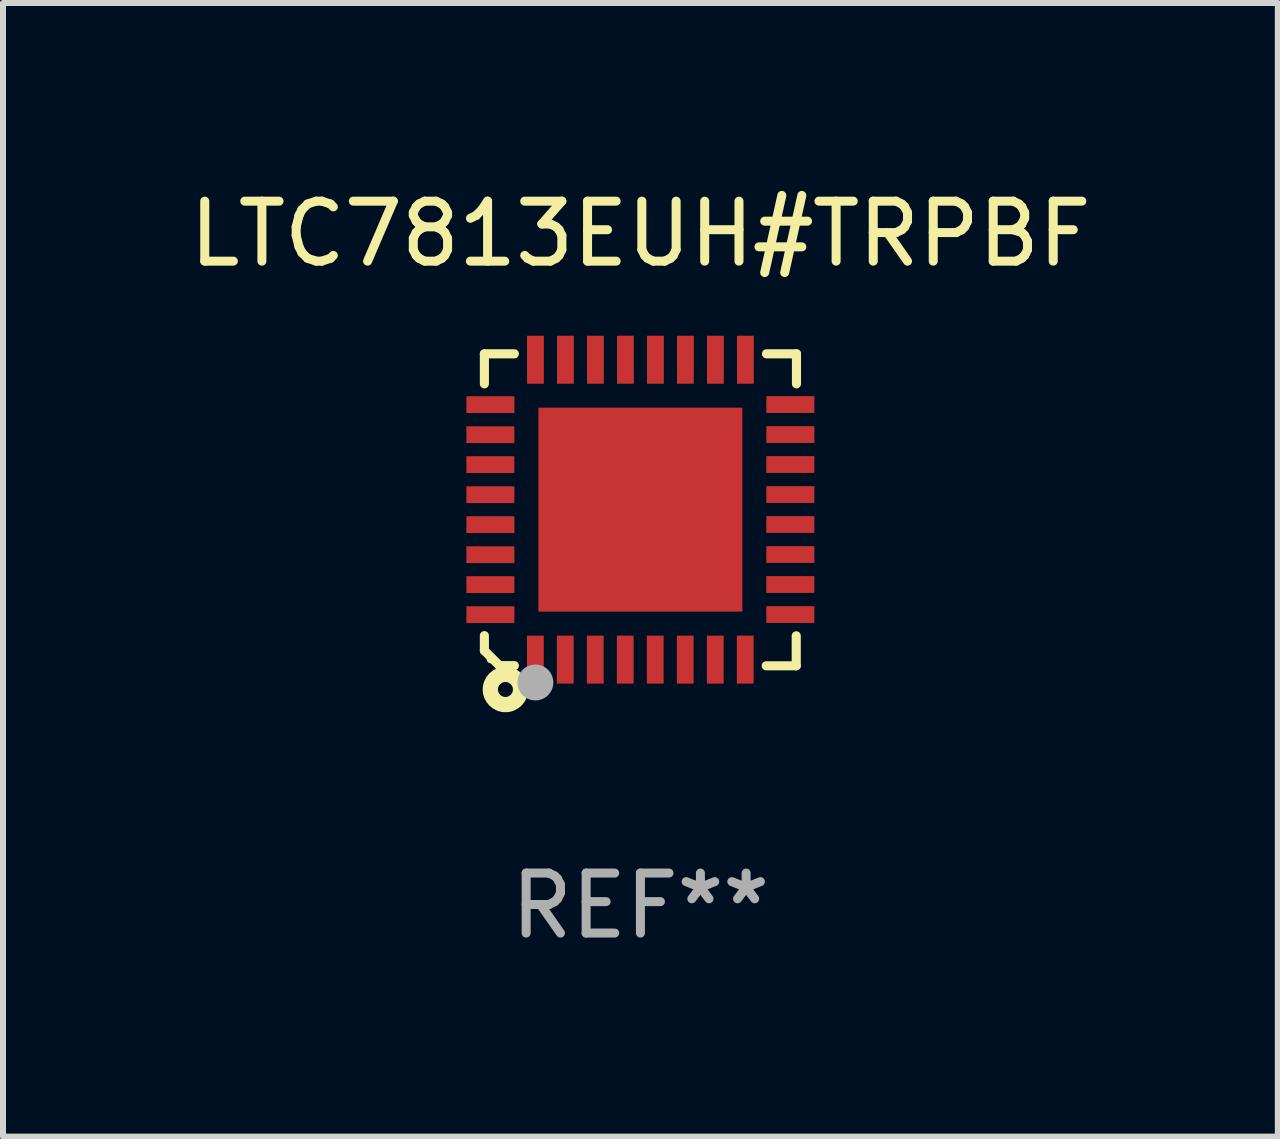
<source format=kicad_pcb>
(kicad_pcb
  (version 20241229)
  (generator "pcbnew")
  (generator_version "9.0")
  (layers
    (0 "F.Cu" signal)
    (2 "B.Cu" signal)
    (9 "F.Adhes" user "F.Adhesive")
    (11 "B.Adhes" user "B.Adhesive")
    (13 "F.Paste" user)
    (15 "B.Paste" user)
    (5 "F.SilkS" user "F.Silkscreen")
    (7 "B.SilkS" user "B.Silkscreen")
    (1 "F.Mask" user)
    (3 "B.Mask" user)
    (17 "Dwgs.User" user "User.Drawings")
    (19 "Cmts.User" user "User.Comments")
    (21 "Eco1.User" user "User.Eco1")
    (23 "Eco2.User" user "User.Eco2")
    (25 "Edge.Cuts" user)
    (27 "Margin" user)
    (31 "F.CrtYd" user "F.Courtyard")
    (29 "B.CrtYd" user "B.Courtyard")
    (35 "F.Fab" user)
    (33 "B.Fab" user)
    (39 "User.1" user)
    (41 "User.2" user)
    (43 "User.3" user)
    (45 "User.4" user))
  (footprint "LTC7813EUH#TRPBF"
    (layer "F.Cu")
    (at 7.625 5.448)
    (property "Reference" "LTC7813EUH#TRPBF" (at 0 -4.6 0) (layer "F.SilkS") (effects (font (size 1 1) (thickness 0.15))))
    (attr through_hole)
    (fp_line (start -2.601 2.097) (end -2.601 2.347) (stroke (width 0.152) (type solid)) (layer "F.SilkS"))
    (fp_line (start -2.601 2.347) (end -2.351 2.597) (stroke (width 0.152) (type solid)) (layer "F.SilkS"))
    (fp_line (start -2.601 -2.6) (end -2.601 -2.1) (stroke (width 0.152) (type solid)) (layer "F.SilkS"))
    (fp_line (start -2.601 -2.6) (end -2.101 -2.6) (stroke (width 0.152) (type solid)) (layer "F.SilkS"))
    (fp_line (start -2.351 2.597) (end -2.101 2.597) (stroke (width 0.152) (type solid)) (layer "F.SilkS"))
    (fp_line (start 2.597 2.6) (end 2.097 2.6) (stroke (width 0.152) (type solid)) (layer "F.SilkS"))
    (fp_line (start 2.597 2.6) (end 2.597 2.1) (stroke (width 0.152) (type solid)) (layer "F.SilkS"))
    (fp_line (start 2.601 -2.6) (end 2.101 -2.6) (stroke (width 0.152) (type solid)) (layer "F.SilkS"))
    (fp_line (start 2.601 -2.6) (end 2.601 -2.1) (stroke (width 0.152) (type solid)) (layer "F.SilkS"))
    (fp_circle (center -2.501 2.497) (end -2.471 2.497) (stroke (width 0.06) (type solid)) (fill no) (layer "F.SilkS"))
    (fp_circle (center -2.25 2.995) (end -2.125 2.995) (stroke (width 0.254) (type solid)) (fill no) (layer "F.SilkS"))
    (fp_circle (center -1.751 2.878) (end -1.601 2.878) (stroke (width 0.3) (type solid)) (fill no) (layer "F.Fab"))
    (fp_text user "REF**" (at 0 6.6 0) (layer "F.Fab") (effects (font (size 1 1) (thickness 0.15))))
    (pad "1" smd rect (at -1.751 2.497) (size 0.28 0.8) (layers "F.Cu" "F.Mask" "F.Paste"))
    (pad "2" smd rect (at -1.253 2.497) (size 0.28 0.8) (layers "F.Cu" "F.Mask" "F.Paste"))
    (pad "3" smd rect (at -0.753 2.497) (size 0.28 0.8) (layers "F.Cu" "F.Mask" "F.Paste"))
    (pad "4" smd rect (at -0.253 2.497) (size 0.28 0.8) (layers "F.Cu" "F.Mask" "F.Paste"))
    (pad "5" smd rect (at 0.247 2.497) (size 0.28 0.8) (layers "F.Cu" "F.Mask" "F.Paste"))
    (pad "6" smd rect (at 0.747 2.497) (size 0.28 0.8) (layers "F.Cu" "F.Mask" "F.Paste"))
    (pad "7" smd rect (at 1.247 2.497) (size 0.28 0.8) (layers "F.Cu" "F.Mask" "F.Paste"))
    (pad "8" smd rect (at 1.747 2.497) (size 0.28 0.8) (layers "F.Cu" "F.Mask" "F.Paste"))
    (pad "9" smd rect (at 2.499 1.746) (size 0.8 0.28) (layers "F.Cu" "F.Mask" "F.Paste"))
    (pad "10" smd rect (at 2.499 1.245) (size 0.8 0.28) (layers "F.Cu" "F.Mask" "F.Paste"))
    (pad "11" smd rect (at 2.499 0.746) (size 0.8 0.28) (layers "F.Cu" "F.Mask" "F.Paste"))
    (pad "12" smd rect (at 2.499 0.245) (size 0.8 0.28) (layers "F.Cu" "F.Mask" "F.Paste"))
    (pad "13" smd rect (at 2.499 -0.254) (size 0.8 0.28) (layers "F.Cu" "F.Mask" "F.Paste"))
    (pad "14" smd rect (at 2.499 -0.755) (size 0.8 0.28) (layers "F.Cu" "F.Mask" "F.Paste"))
    (pad "15" smd rect (at 2.499 -1.254) (size 0.8 0.28) (layers "F.Cu" "F.Mask" "F.Paste"))
    (pad "16" smd rect (at 2.499 -1.755) (size 0.8 0.28) (layers "F.Cu" "F.Mask" "F.Paste"))
    (pad "17" smd rect (at 1.75 -2.502) (size 0.28 0.8) (layers "F.Cu" "F.Mask" "F.Paste"))
    (pad "18" smd rect (at 1.25 -2.502) (size 0.28 0.8) (layers "F.Cu" "F.Mask" "F.Paste"))
    (pad "19" smd rect (at 0.75 -2.502) (size 0.28 0.8) (layers "F.Cu" "F.Mask" "F.Paste"))
    (pad "20" smd rect (at 0.25 -2.502) (size 0.28 0.8) (layers "F.Cu" "F.Mask" "F.Paste"))
    (pad "21" smd rect (at -0.25 -2.502) (size 0.28 0.8) (layers "F.Cu" "F.Mask" "F.Paste"))
    (pad "22" smd rect (at -0.75 -2.502) (size 0.28 0.8) (layers "F.Cu" "F.Mask" "F.Paste"))
    (pad "23" smd rect (at -1.25 -2.502) (size 0.28 0.8) (layers "F.Cu" "F.Mask" "F.Paste"))
    (pad "24" smd rect (at -1.75 -2.502) (size 0.28 0.8) (layers "F.Cu" "F.Mask" "F.Paste"))
    (pad "25" smd rect (at -2.501 -1.753) (size 0.8 0.28) (layers "F.Cu" "F.Mask" "F.Paste"))
    (pad "26" smd rect (at -2.501 -1.252) (size 0.8 0.28) (layers "F.Cu" "F.Mask" "F.Paste"))
    (pad "27" smd rect (at -2.501 -0.753) (size 0.8 0.28) (layers "F.Cu" "F.Mask" "F.Paste"))
    (pad "28" smd rect (at -2.501 -0.252) (size 0.8 0.28) (layers "F.Cu" "F.Mask" "F.Paste"))
    (pad "29" smd rect (at -2.501 0.247) (size 0.8 0.28) (layers "F.Cu" "F.Mask" "F.Paste"))
    (pad "30" smd rect (at -2.501 0.748) (size 0.8 0.28) (layers "F.Cu" "F.Mask" "F.Paste"))
    (pad "31" smd rect (at -2.501 1.247) (size 0.8 0.28) (layers "F.Cu" "F.Mask" "F.Paste"))
    (pad "32" smd rect (at -2.501 1.748) (size 0.8 0.28) (layers "F.Cu" "F.Mask" "F.Paste"))
    (pad "33" smd rect (at -0.001 -0.003 180) (size 3.4 3.4) (layers "F.Cu" "F.Mask" "F.Paste")))
  (gr_rect
    (start -3 -3)
    (end 18.25 15.896)
    (stroke (width 0.1) (type default))
    (fill no)
    (layer "Edge.Cuts")))
</source>
